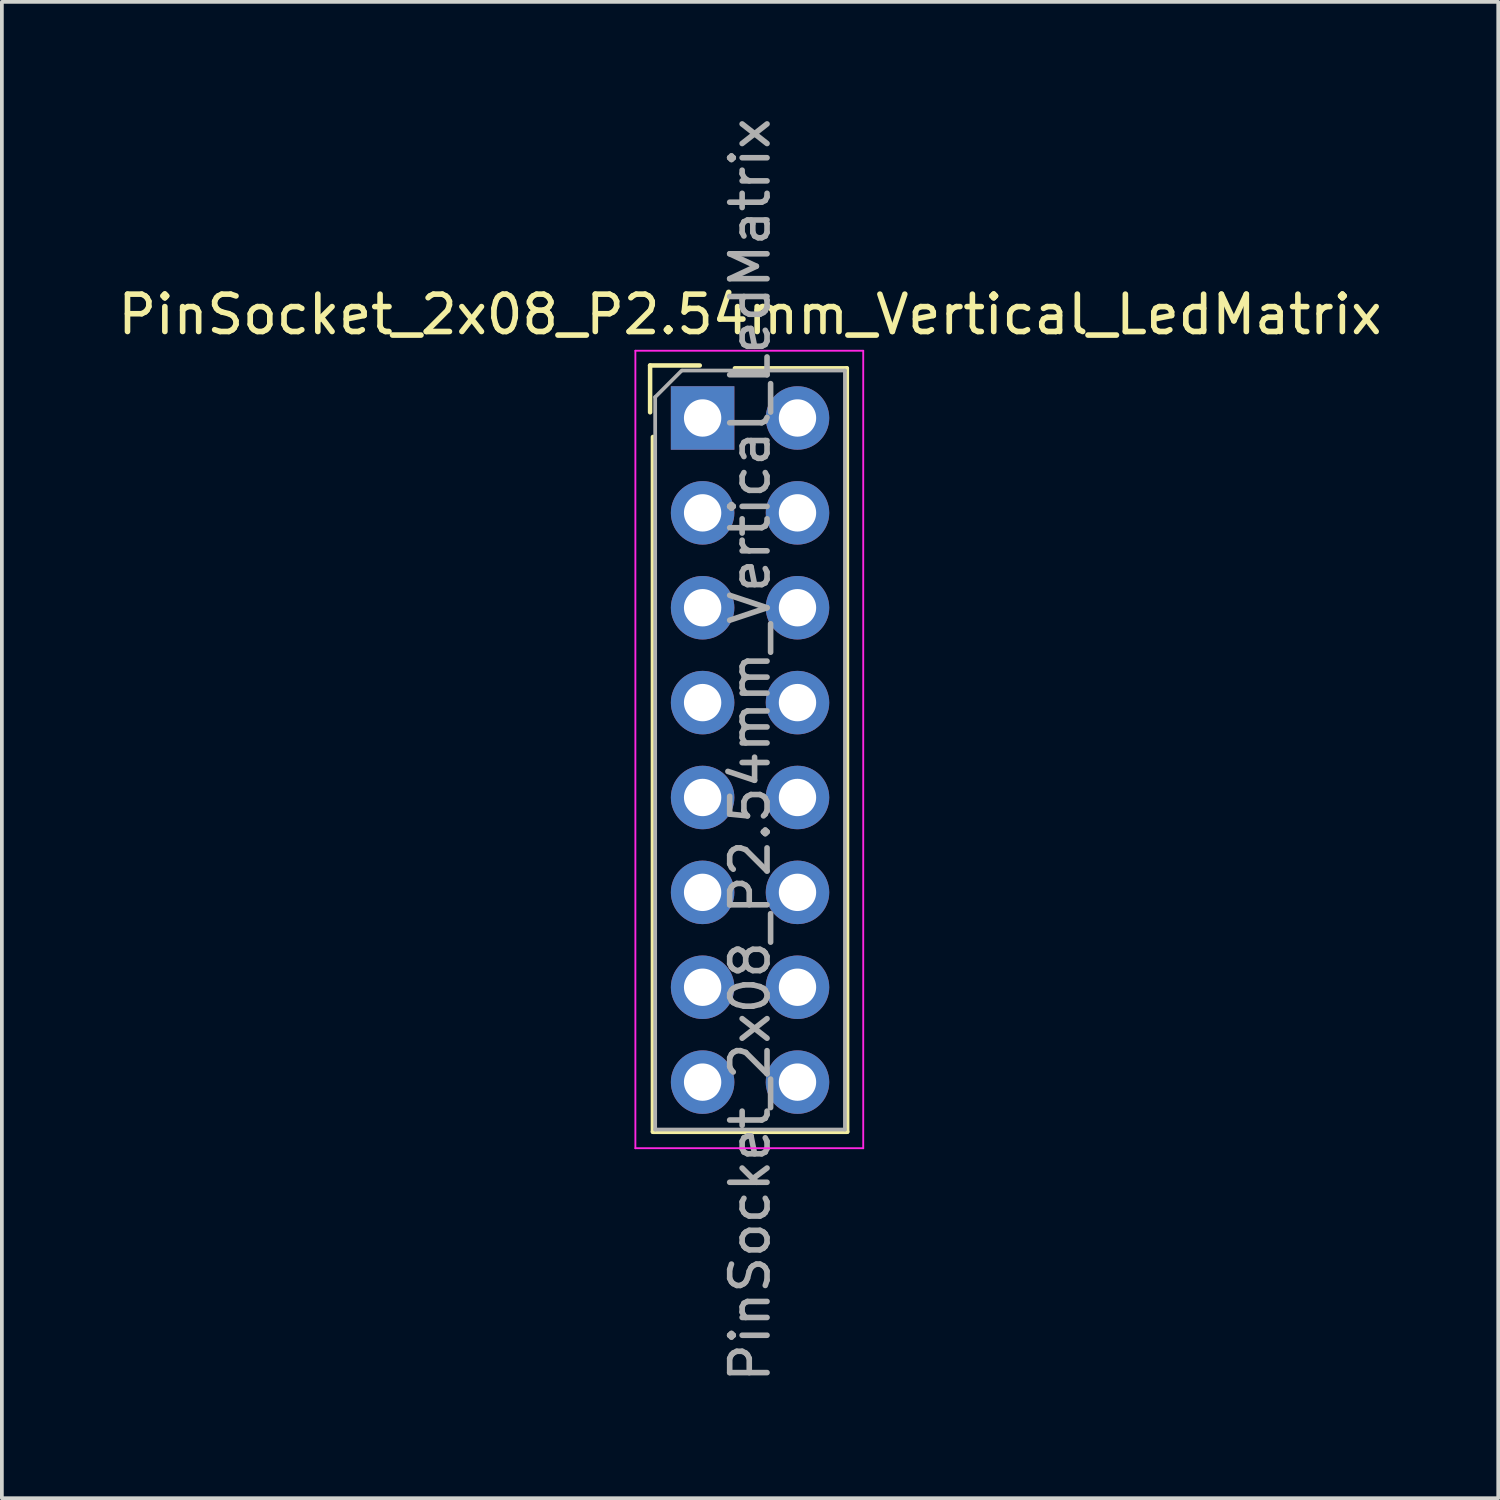
<source format=kicad_pcb>
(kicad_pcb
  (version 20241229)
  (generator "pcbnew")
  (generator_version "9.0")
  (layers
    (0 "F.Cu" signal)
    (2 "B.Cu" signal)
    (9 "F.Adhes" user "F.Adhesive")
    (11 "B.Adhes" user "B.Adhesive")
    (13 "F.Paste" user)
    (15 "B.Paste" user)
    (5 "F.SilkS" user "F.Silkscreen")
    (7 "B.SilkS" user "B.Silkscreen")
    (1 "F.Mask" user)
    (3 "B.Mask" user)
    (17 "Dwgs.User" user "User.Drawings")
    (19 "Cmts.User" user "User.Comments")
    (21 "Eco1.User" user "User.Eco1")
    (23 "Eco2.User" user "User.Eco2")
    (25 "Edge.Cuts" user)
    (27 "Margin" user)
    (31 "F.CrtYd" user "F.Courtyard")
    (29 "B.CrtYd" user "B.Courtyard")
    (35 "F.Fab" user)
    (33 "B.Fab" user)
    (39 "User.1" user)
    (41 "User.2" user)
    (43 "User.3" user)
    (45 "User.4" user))
  (footprint "PinSocket_2x08_P2.54mm_Vertical_LedMatrix"
    (layer "F.Cu")
    (at 18.3 8.14)
    (property "Reference" "PinSocket_2x08_P2.54mm_Vertical_LedMatrix" (at -1.27 -2.77 0) (layer "F.SilkS") (effects (font (size 1 1) (thickness 0.15))))
    (attr through_hole)
    (fp_line (start -3.946 -1.406) (end -3.946 -0.152) (stroke (width 0.12) (type solid)) (layer "F.SilkS"))
    (fp_line (start -3.87 0.508) (end -3.87 19.11) (stroke (width 0.12) (type solid)) (layer "F.SilkS"))
    (fp_line (start -3.87 19.11) (end 1.33 19.11) (stroke (width 0.12) (type solid)) (layer "F.SilkS"))
    (fp_line (start -2.616 -1.406) (end -3.946 -1.406) (stroke (width 0.12) (type solid)) (layer "F.SilkS"))
    (fp_line (start -1.676 -1.33) (end 1.321 -1.33) (stroke (width 0.12) (type solid)) (layer "F.SilkS"))
    (fp_line (start 1.321 -1.33) (end 1.33 19.11) (stroke (width 0.12) (type solid)) (layer "F.SilkS"))
    (fp_line (start -4.34 -1.8) (end 1.76 -1.8) (stroke (width 0.05) (type solid)) (layer "F.CrtYd"))
    (fp_line (start -4.34 19.55) (end -4.34 -1.8) (stroke (width 0.05) (type solid)) (layer "F.CrtYd"))
    (fp_line (start 1.76 -1.8) (end 1.76 19.55) (stroke (width 0.05) (type solid)) (layer "F.CrtYd"))
    (fp_line (start 1.76 19.55) (end -4.34 19.55) (stroke (width 0.05) (type solid)) (layer "F.CrtYd"))
    (fp_line (start -3.81 19.05) (end -3.81 -0.559) (stroke (width 0.1) (type solid)) (layer "F.Fab"))
    (fp_line (start -3.099 -1.27) (end -3.81 -0.559) (stroke (width 0.1) (type solid)) (layer "F.Fab"))
    (fp_line (start -3.073 -1.27) (end 1.27 -1.27) (stroke (width 0.1) (type solid)) (layer "F.Fab"))
    (fp_line (start 1.27 -1.27) (end 1.27 19.05) (stroke (width 0.1) (type solid)) (layer "F.Fab"))
    (fp_line (start 1.27 19.05) (end -3.81 19.05) (stroke (width 0.1) (type solid)) (layer "F.Fab"))
    (fp_text user "${REFERENCE}" (at -1.27 8.89 90) (layer "F.Fab") (effects (font (size 1 1) (thickness 0.15))))
    (pad "A" thru_hole oval (at -2.54 10.16) (size 1.7 1.7) (drill 1) (layers "*.Cu" "*.Mask"))
    (pad "B" thru_hole oval (at 0 10.16) (size 1.7 1.7) (drill 1) (layers "*.Cu" "*.Mask"))
    (pad "B1" thru_hole oval (at -2.54 2.54) (size 1.7 1.7) (drill 1) (layers "*.Cu" "*.Mask"))
    (pad "B2" thru_hole oval (at -2.54 7.62) (size 1.7 1.7) (drill 1) (layers "*.Cu" "*.Mask"))
    (pad "C" thru_hole oval (at -2.54 12.7) (size 1.7 1.7) (drill 1) (layers "*.Cu" "*.Mask"))
    (pad "CLK" thru_hole oval (at -2.54 15.24) (size 1.7 1.7) (drill 1) (layers "*.Cu" "*.Mask"))
    (pad "D" thru_hole oval (at 0 12.7) (size 1.7 1.7) (drill 1) (layers "*.Cu" "*.Mask"))
    (pad "E" thru_hole oval (at 0 7.62) (size 1.7 1.7) (drill 1) (layers "*.Cu" "*.Mask"))
    (pad "G1" thru_hole oval (at 0 0) (size 1.7 1.7) (drill 1) (layers "*.Cu" "*.Mask"))
    (pad "G2" thru_hole oval (at 0 5.08) (size 1.7 1.7) (drill 1) (layers "*.Cu" "*.Mask"))
    (pad "GND" thru_hole oval (at 0 2.54) (size 1.7 1.7) (drill 1) (layers "*.Cu" "*.Mask"))
    (pad "GND" thru_hole oval (at 0 17.78) (size 1.7 1.7) (drill 1) (layers "*.Cu" "*.Mask"))
    (pad "LAT" thru_hole oval (at 0 15.24) (size 1.7 1.7) (drill 1) (layers "*.Cu" "*.Mask"))
    (pad "OE" thru_hole oval (at -2.54 17.78) (size 1.7 1.7) (drill 1) (layers "*.Cu" "*.Mask"))
    (pad "R1" thru_hole rect (at -2.54 0) (size 1.7 1.7) (drill 1) (layers "*.Cu" "*.Mask"))
    (pad "R2" thru_hole oval (at -2.54 5.08 180) (size 1.7 1.7) (drill 1) (layers "*.Cu" "*.Mask")))
  (gr_rect
    (start -3 -3)
    (end 37.06 37.06)
    (stroke (width 0.1) (type default))
    (fill no)
    (layer "Edge.Cuts")))
</source>
